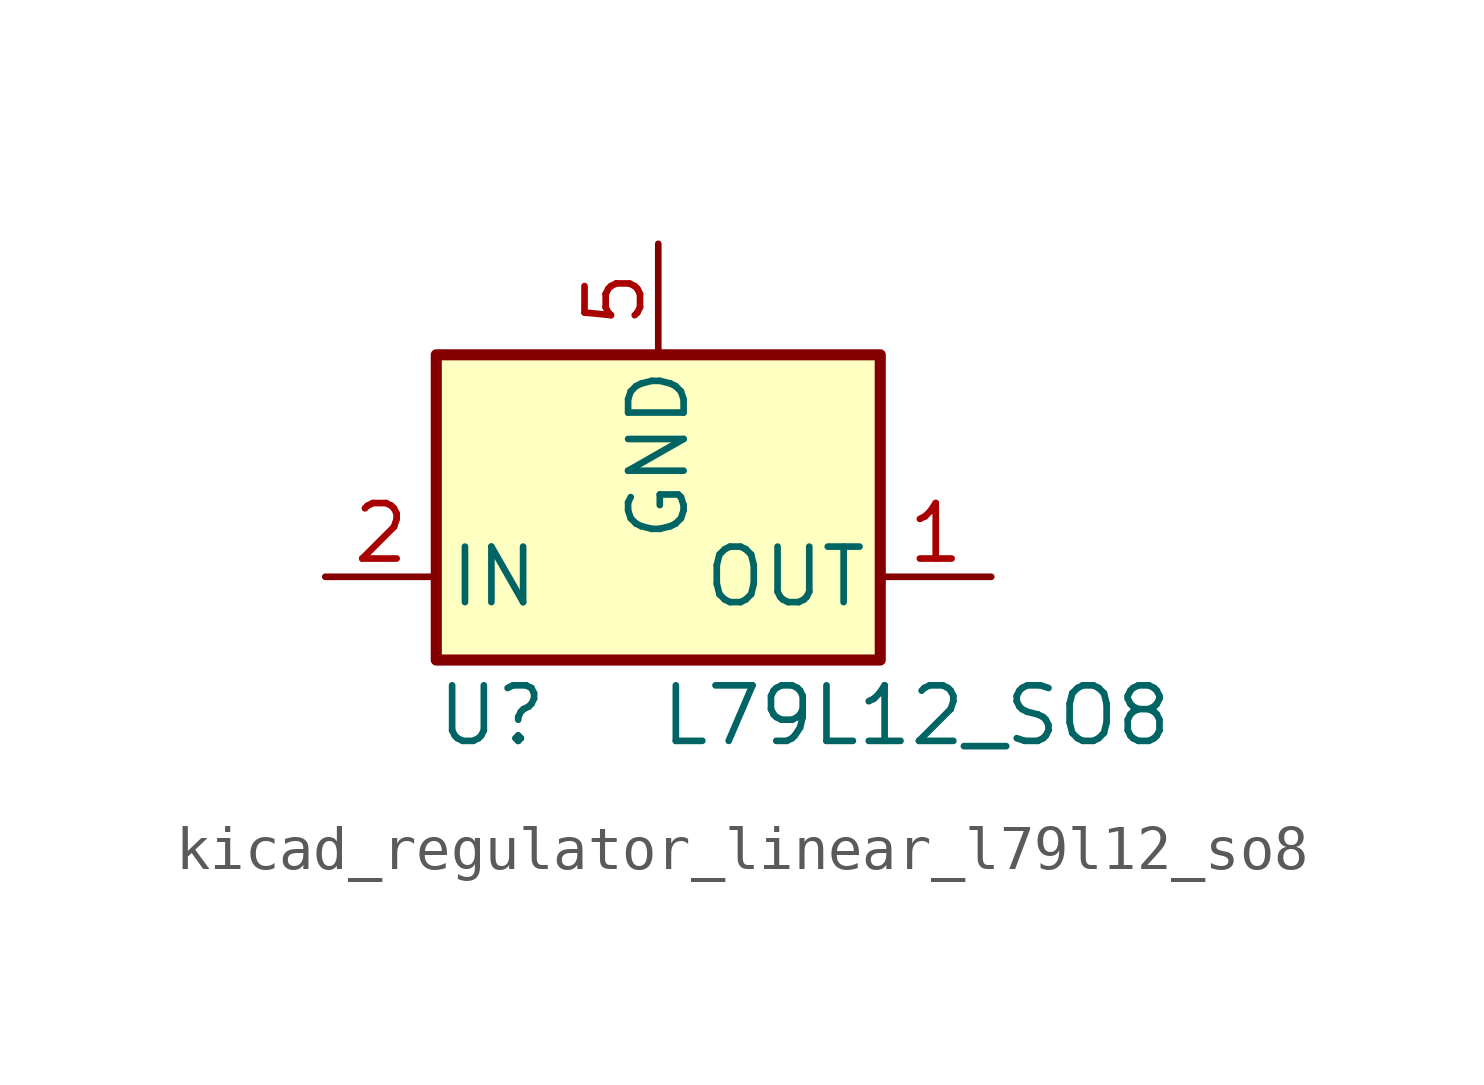
<source format=kicad_sym>
(kicad_symbol_lib
  (version 20220914)
  (generator kicad_symbol_editor)
  (symbol "kicad_regulator_linear_l79l12_so8"
    (pin_names
      (offset 0.254))
    (property "Reference" "U"
      (at -3.81 -3.175 0)
      (effects (font (size 1.27 1.27))))
    (property "Value" "L79L12_SO8"
      (at 0 -3.175 0)
      (effects (font (size 1.27 1.27)) (justify left)))
    (symbol "kicad_regulator_linear_l79l12_so8_0_1"
      (rectangle (start -5.08 5.08) (end 5.08 -1.905) (stroke (width 0.254) (type default)) (fill (type background))))
    (symbol "kicad_regulator_linear_l79l12_so8_1_1"
      (pin power_out line (at 7.62 0 180) (length 2.54) (name "OUT" (effects (font (size 1.27 1.27)))) (number "1" (effects (font (size 1.27 1.27)))))
      (pin power_in line (at -7.62 0 0) (length 2.54) (name "IN" (effects (font (size 1.27 1.27)))) (number "2" (effects (font (size 1.27 1.27)))))
      (pin passive line (at -7.62 0 0) (length 2.54) hide (name "IN" (effects (font (size 1.27 1.27)))) (number "3" (effects (font (size 1.27 1.27)))))
      (pin no_connect line (at 5.08 2.54 180) (length 2.54) hide (name "NC" (effects (font (size 1.27 1.27)))) (number "4" (effects (font (size 1.27 1.27)))))
      (pin power_in line (at 0 7.62 270) (length 2.54) (name "GND" (effects (font (size 1.27 1.27)))) (number "5" (effects (font (size 1.27 1.27)))))
      (pin passive line (at -7.62 0 0) (length 2.54) hide (name "IN" (effects (font (size 1.27 1.27)))) (number "6" (effects (font (size 1.27 1.27)))))
      (pin passive line (at -7.62 0 0) (length 2.54) hide (name "IN" (effects (font (size 1.27 1.27)))) (number "7" (effects (font (size 1.27 1.27)))))
      (pin no_connect line (at -5.08 2.54 0) (length 2.54) hide (name "NC" (effects (font (size 1.27 1.27)))) (number "8" (effects (font (size 1.27 1.27))))))))
</source>
